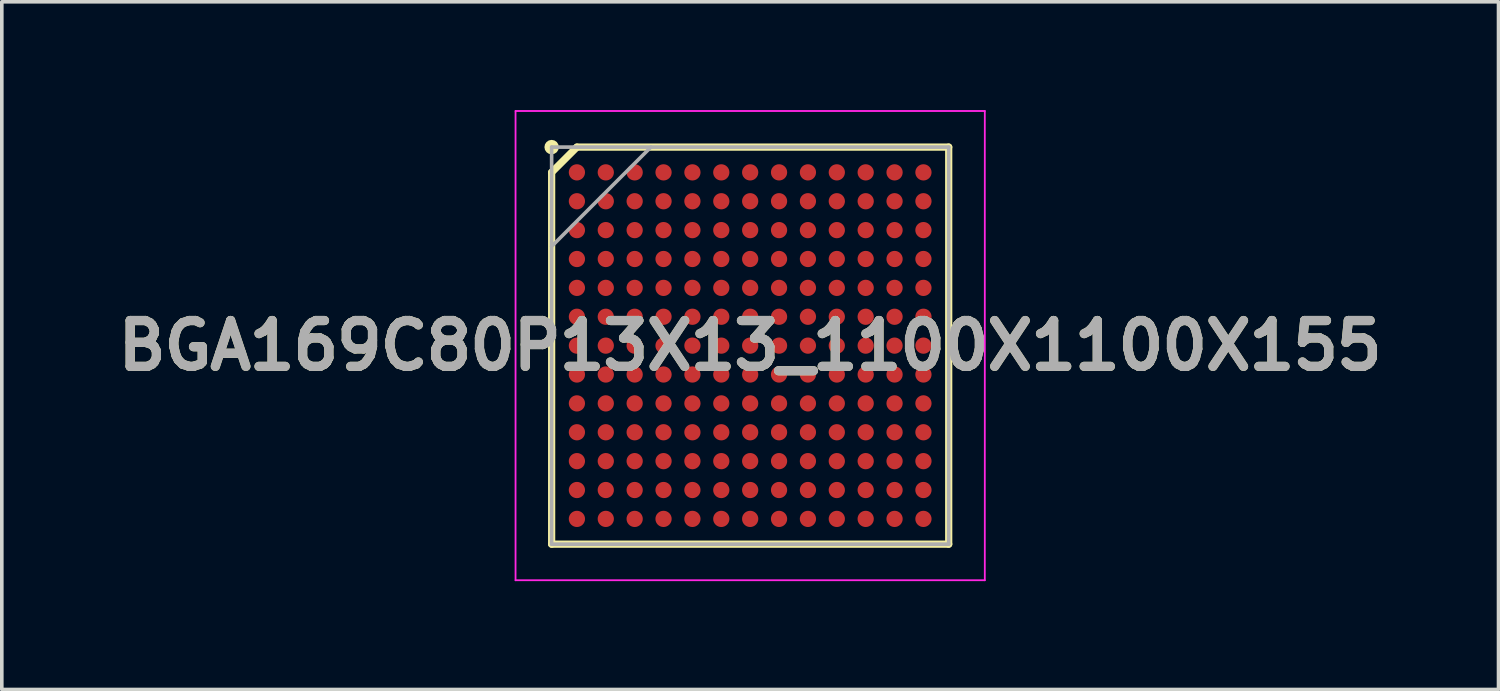
<source format=kicad_pcb>
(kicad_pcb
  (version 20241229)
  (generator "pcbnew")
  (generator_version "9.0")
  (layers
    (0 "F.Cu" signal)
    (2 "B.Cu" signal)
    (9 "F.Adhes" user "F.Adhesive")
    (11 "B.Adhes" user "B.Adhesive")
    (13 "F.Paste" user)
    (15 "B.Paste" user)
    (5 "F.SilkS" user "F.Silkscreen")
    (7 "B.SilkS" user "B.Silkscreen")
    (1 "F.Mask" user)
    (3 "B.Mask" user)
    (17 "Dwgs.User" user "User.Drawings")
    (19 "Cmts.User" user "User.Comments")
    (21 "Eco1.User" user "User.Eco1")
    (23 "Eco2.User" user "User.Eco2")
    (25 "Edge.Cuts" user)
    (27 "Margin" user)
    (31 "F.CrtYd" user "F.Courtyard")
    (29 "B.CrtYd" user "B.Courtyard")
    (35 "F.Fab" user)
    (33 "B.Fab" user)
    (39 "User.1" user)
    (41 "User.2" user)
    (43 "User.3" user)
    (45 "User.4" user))
  (footprint "BGA169C80P13X13_1100X1100X155"
    (layer "F.Cu")
    (at 17.732 6.525)
    (property "Reference" "BGA169C80P13X13_1100X1100X155" (at 0 0 0) (layer "F.SilkS") (effects (font (size 1.27 1.27) (thickness 0.254))))
    (attr smd)
    (fp_line (start -5.5 -4.8) (end -4.8 -5.5) (stroke (width 0.2) (type solid)) (layer "F.SilkS"))
    (fp_line (start -5.5 5.5) (end -5.5 -4.8) (stroke (width 0.2) (type solid)) (layer "F.SilkS"))
    (fp_line (start -4.8 -5.5) (end 5.5 -5.5) (stroke (width 0.2) (type solid)) (layer "F.SilkS"))
    (fp_line (start 5.5 -5.5) (end 5.5 5.5) (stroke (width 0.2) (type solid)) (layer "F.SilkS"))
    (fp_line (start 5.5 5.5) (end -5.5 5.5) (stroke (width 0.2) (type solid)) (layer "F.SilkS"))
    (fp_circle (center -5.5 -5.5) (end -5.5 -5.4) (stroke (width 0.2) (type solid)) (fill no) (layer "F.SilkS"))
    (fp_line (start -6.5 -6.5) (end 6.5 -6.5) (stroke (width 0.05) (type solid)) (layer "F.CrtYd"))
    (fp_line (start -6.5 6.5) (end -6.5 -6.5) (stroke (width 0.05) (type solid)) (layer "F.CrtYd"))
    (fp_line (start 6.5 -6.5) (end 6.5 6.5) (stroke (width 0.05) (type solid)) (layer "F.CrtYd"))
    (fp_line (start 6.5 6.5) (end -6.5 6.5) (stroke (width 0.05) (type solid)) (layer "F.CrtYd"))
    (fp_line (start -5.5 -5.5) (end 5.5 -5.5) (stroke (width 0.1) (type solid)) (layer "F.Fab"))
    (fp_line (start -5.5 -2.75) (end -2.75 -5.5) (stroke (width 0.1) (type solid)) (layer "F.Fab"))
    (fp_line (start -5.5 5.5) (end -5.5 -5.5) (stroke (width 0.1) (type solid)) (layer "F.Fab"))
    (fp_line (start 5.5 -5.5) (end 5.5 5.5) (stroke (width 0.1) (type solid)) (layer "F.Fab"))
    (fp_line (start 5.5 5.5) (end -5.5 5.5) (stroke (width 0.1) (type solid)) (layer "F.Fab"))
    (fp_text user "${REFERENCE}" (at 0 0 0) (layer "F.Fab") (effects (font (size 1.27 1.27) (thickness 0.254))))
    (pad "A1" smd circle (at -4.8 -4.8 90) (size 0.45 0.45) (layers "F.Cu" "F.Mask" "F.Paste"))
    (pad "A2" smd circle (at -4 -4.8 90) (size 0.45 0.45) (layers "F.Cu" "F.Mask" "F.Paste"))
    (pad "A3" smd circle (at -3.2 -4.8 90) (size 0.45 0.45) (layers "F.Cu" "F.Mask" "F.Paste"))
    (pad "A4" smd circle (at -2.4 -4.8 90) (size 0.45 0.45) (layers "F.Cu" "F.Mask" "F.Paste"))
    (pad "A5" smd circle (at -1.6 -4.8 90) (size 0.45 0.45) (layers "F.Cu" "F.Mask" "F.Paste"))
    (pad "A6" smd circle (at -0.8 -4.8 90) (size 0.45 0.45) (layers "F.Cu" "F.Mask" "F.Paste"))
    (pad "A7" smd circle (at 0 -4.8 90) (size 0.45 0.45) (layers "F.Cu" "F.Mask" "F.Paste"))
    (pad "A8" smd circle (at 0.8 -4.8 90) (size 0.45 0.45) (layers "F.Cu" "F.Mask" "F.Paste"))
    (pad "A9" smd circle (at 1.6 -4.8 90) (size 0.45 0.45) (layers "F.Cu" "F.Mask" "F.Paste"))
    (pad "A10" smd circle (at 2.4 -4.8 90) (size 0.45 0.45) (layers "F.Cu" "F.Mask" "F.Paste"))
    (pad "A11" smd circle (at 3.2 -4.8 90) (size 0.45 0.45) (layers "F.Cu" "F.Mask" "F.Paste"))
    (pad "A12" smd circle (at 4 -4.8 90) (size 0.45 0.45) (layers "F.Cu" "F.Mask" "F.Paste"))
    (pad "A13" smd circle (at 4.8 -4.8 90) (size 0.45 0.45) (layers "F.Cu" "F.Mask" "F.Paste"))
    (pad "B1" smd circle (at -4.8 -4 90) (size 0.45 0.45) (layers "F.Cu" "F.Mask" "F.Paste"))
    (pad "B2" smd circle (at -4 -4 90) (size 0.45 0.45) (layers "F.Cu" "F.Mask" "F.Paste"))
    (pad "B3" smd circle (at -3.2 -4 90) (size 0.45 0.45) (layers "F.Cu" "F.Mask" "F.Paste"))
    (pad "B4" smd circle (at -2.4 -4 90) (size 0.45 0.45) (layers "F.Cu" "F.Mask" "F.Paste"))
    (pad "B5" smd circle (at -1.6 -4 90) (size 0.45 0.45) (layers "F.Cu" "F.Mask" "F.Paste"))
    (pad "B6" smd circle (at -0.8 -4 90) (size 0.45 0.45) (layers "F.Cu" "F.Mask" "F.Paste"))
    (pad "B7" smd circle (at 0 -4 90) (size 0.45 0.45) (layers "F.Cu" "F.Mask" "F.Paste"))
    (pad "B8" smd circle (at 0.8 -4 90) (size 0.45 0.45) (layers "F.Cu" "F.Mask" "F.Paste"))
    (pad "B9" smd circle (at 1.6 -4 90) (size 0.45 0.45) (layers "F.Cu" "F.Mask" "F.Paste"))
    (pad "B10" smd circle (at 2.4 -4 90) (size 0.45 0.45) (layers "F.Cu" "F.Mask" "F.Paste"))
    (pad "B11" smd circle (at 3.2 -4 90) (size 0.45 0.45) (layers "F.Cu" "F.Mask" "F.Paste"))
    (pad "B12" smd circle (at 4 -4 90) (size 0.45 0.45) (layers "F.Cu" "F.Mask" "F.Paste"))
    (pad "B13" smd circle (at 4.8 -4 90) (size 0.45 0.45) (layers "F.Cu" "F.Mask" "F.Paste"))
    (pad "C1" smd circle (at -4.8 -3.2 90) (size 0.45 0.45) (layers "F.Cu" "F.Mask" "F.Paste"))
    (pad "C2" smd circle (at -4 -3.2 90) (size 0.45 0.45) (layers "F.Cu" "F.Mask" "F.Paste"))
    (pad "C3" smd circle (at -3.2 -3.2 90) (size 0.45 0.45) (layers "F.Cu" "F.Mask" "F.Paste"))
    (pad "C4" smd circle (at -2.4 -3.2 90) (size 0.45 0.45) (layers "F.Cu" "F.Mask" "F.Paste"))
    (pad "C5" smd circle (at -1.6 -3.2 90) (size 0.45 0.45) (layers "F.Cu" "F.Mask" "F.Paste"))
    (pad "C6" smd circle (at -0.8 -3.2 90) (size 0.45 0.45) (layers "F.Cu" "F.Mask" "F.Paste"))
    (pad "C7" smd circle (at 0 -3.2 90) (size 0.45 0.45) (layers "F.Cu" "F.Mask" "F.Paste"))
    (pad "C8" smd circle (at 0.8 -3.2 90) (size 0.45 0.45) (layers "F.Cu" "F.Mask" "F.Paste"))
    (pad "C9" smd circle (at 1.6 -3.2 90) (size 0.45 0.45) (layers "F.Cu" "F.Mask" "F.Paste"))
    (pad "C10" smd circle (at 2.4 -3.2 90) (size 0.45 0.45) (layers "F.Cu" "F.Mask" "F.Paste"))
    (pad "C11" smd circle (at 3.2 -3.2 90) (size 0.45 0.45) (layers "F.Cu" "F.Mask" "F.Paste"))
    (pad "C12" smd circle (at 4 -3.2 90) (size 0.45 0.45) (layers "F.Cu" "F.Mask" "F.Paste"))
    (pad "C13" smd circle (at 4.8 -3.2 90) (size 0.45 0.45) (layers "F.Cu" "F.Mask" "F.Paste"))
    (pad "D1" smd circle (at -4.8 -2.4 90) (size 0.45 0.45) (layers "F.Cu" "F.Mask" "F.Paste"))
    (pad "D2" smd circle (at -4 -2.4 90) (size 0.45 0.45) (layers "F.Cu" "F.Mask" "F.Paste"))
    (pad "D3" smd circle (at -3.2 -2.4 90) (size 0.45 0.45) (layers "F.Cu" "F.Mask" "F.Paste"))
    (pad "D4" smd circle (at -2.4 -2.4 90) (size 0.45 0.45) (layers "F.Cu" "F.Mask" "F.Paste"))
    (pad "D5" smd circle (at -1.6 -2.4 90) (size 0.45 0.45) (layers "F.Cu" "F.Mask" "F.Paste"))
    (pad "D6" smd circle (at -0.8 -2.4 90) (size 0.45 0.45) (layers "F.Cu" "F.Mask" "F.Paste"))
    (pad "D7" smd circle (at 0 -2.4 90) (size 0.45 0.45) (layers "F.Cu" "F.Mask" "F.Paste"))
    (pad "D8" smd circle (at 0.8 -2.4 90) (size 0.45 0.45) (layers "F.Cu" "F.Mask" "F.Paste"))
    (pad "D9" smd circle (at 1.6 -2.4 90) (size 0.45 0.45) (layers "F.Cu" "F.Mask" "F.Paste"))
    (pad "D10" smd circle (at 2.4 -2.4 90) (size 0.45 0.45) (layers "F.Cu" "F.Mask" "F.Paste"))
    (pad "D11" smd circle (at 3.2 -2.4 90) (size 0.45 0.45) (layers "F.Cu" "F.Mask" "F.Paste"))
    (pad "D12" smd circle (at 4 -2.4 90) (size 0.45 0.45) (layers "F.Cu" "F.Mask" "F.Paste"))
    (pad "D13" smd circle (at 4.8 -2.4 90) (size 0.45 0.45) (layers "F.Cu" "F.Mask" "F.Paste"))
    (pad "E1" smd circle (at -4.8 -1.6 90) (size 0.45 0.45) (layers "F.Cu" "F.Mask" "F.Paste"))
    (pad "E2" smd circle (at -4 -1.6 90) (size 0.45 0.45) (layers "F.Cu" "F.Mask" "F.Paste"))
    (pad "E3" smd circle (at -3.2 -1.6 90) (size 0.45 0.45) (layers "F.Cu" "F.Mask" "F.Paste"))
    (pad "E4" smd circle (at -2.4 -1.6 90) (size 0.45 0.45) (layers "F.Cu" "F.Mask" "F.Paste"))
    (pad "E5" smd circle (at -1.6 -1.6 90) (size 0.45 0.45) (layers "F.Cu" "F.Mask" "F.Paste"))
    (pad "E6" smd circle (at -0.8 -1.6 90) (size 0.45 0.45) (layers "F.Cu" "F.Mask" "F.Paste"))
    (pad "E7" smd circle (at 0 -1.6 90) (size 0.45 0.45) (layers "F.Cu" "F.Mask" "F.Paste"))
    (pad "E8" smd circle (at 0.8 -1.6 90) (size 0.45 0.45) (layers "F.Cu" "F.Mask" "F.Paste"))
    (pad "E9" smd circle (at 1.6 -1.6 90) (size 0.45 0.45) (layers "F.Cu" "F.Mask" "F.Paste"))
    (pad "E10" smd circle (at 2.4 -1.6 90) (size 0.45 0.45) (layers "F.Cu" "F.Mask" "F.Paste"))
    (pad "E11" smd circle (at 3.2 -1.6 90) (size 0.45 0.45) (layers "F.Cu" "F.Mask" "F.Paste"))
    (pad "E12" smd circle (at 4 -1.6 90) (size 0.45 0.45) (layers "F.Cu" "F.Mask" "F.Paste"))
    (pad "E13" smd circle (at 4.8 -1.6 90) (size 0.45 0.45) (layers "F.Cu" "F.Mask" "F.Paste"))
    (pad "F1" smd circle (at -4.8 -0.8 90) (size 0.45 0.45) (layers "F.Cu" "F.Mask" "F.Paste"))
    (pad "F2" smd circle (at -4 -0.8 90) (size 0.45 0.45) (layers "F.Cu" "F.Mask" "F.Paste"))
    (pad "F3" smd circle (at -3.2 -0.8 90) (size 0.45 0.45) (layers "F.Cu" "F.Mask" "F.Paste"))
    (pad "F4" smd circle (at -2.4 -0.8 90) (size 0.45 0.45) (layers "F.Cu" "F.Mask" "F.Paste"))
    (pad "F5" smd circle (at -1.6 -0.8 90) (size 0.45 0.45) (layers "F.Cu" "F.Mask" "F.Paste"))
    (pad "F6" smd circle (at -0.8 -0.8 90) (size 0.45 0.45) (layers "F.Cu" "F.Mask" "F.Paste"))
    (pad "F7" smd circle (at 0 -0.8 90) (size 0.45 0.45) (layers "F.Cu" "F.Mask" "F.Paste"))
    (pad "F8" smd circle (at 0.8 -0.8 90) (size 0.45 0.45) (layers "F.Cu" "F.Mask" "F.Paste"))
    (pad "F9" smd circle (at 1.6 -0.8 90) (size 0.45 0.45) (layers "F.Cu" "F.Mask" "F.Paste"))
    (pad "F10" smd circle (at 2.4 -0.8 90) (size 0.45 0.45) (layers "F.Cu" "F.Mask" "F.Paste"))
    (pad "F11" smd circle (at 3.2 -0.8 90) (size 0.45 0.45) (layers "F.Cu" "F.Mask" "F.Paste"))
    (pad "F12" smd circle (at 4 -0.8 90) (size 0.45 0.45) (layers "F.Cu" "F.Mask" "F.Paste"))
    (pad "F13" smd circle (at 4.8 -0.8 90) (size 0.45 0.45) (layers "F.Cu" "F.Mask" "F.Paste"))
    (pad "G1" smd circle (at -4.8 0 90) (size 0.45 0.45) (layers "F.Cu" "F.Mask" "F.Paste"))
    (pad "G2" smd circle (at -4 0 90) (size 0.45 0.45) (layers "F.Cu" "F.Mask" "F.Paste"))
    (pad "G3" smd circle (at -3.2 0 90) (size 0.45 0.45) (layers "F.Cu" "F.Mask" "F.Paste"))
    (pad "G4" smd circle (at -2.4 0 90) (size 0.45 0.45) (layers "F.Cu" "F.Mask" "F.Paste"))
    (pad "G5" smd circle (at -1.6 0 90) (size 0.45 0.45) (layers "F.Cu" "F.Mask" "F.Paste"))
    (pad "G6" smd circle (at -0.8 0 90) (size 0.45 0.45) (layers "F.Cu" "F.Mask" "F.Paste"))
    (pad "G7" smd circle (at 0 0 90) (size 0.45 0.45) (layers "F.Cu" "F.Mask" "F.Paste"))
    (pad "G8" smd circle (at 0.8 0 90) (size 0.45 0.45) (layers "F.Cu" "F.Mask" "F.Paste"))
    (pad "G9" smd circle (at 1.6 0 90) (size 0.45 0.45) (layers "F.Cu" "F.Mask" "F.Paste"))
    (pad "G10" smd circle (at 2.4 0 90) (size 0.45 0.45) (layers "F.Cu" "F.Mask" "F.Paste"))
    (pad "G11" smd circle (at 3.2 0 90) (size 0.45 0.45) (layers "F.Cu" "F.Mask" "F.Paste"))
    (pad "G12" smd circle (at 4 0 90) (size 0.45 0.45) (layers "F.Cu" "F.Mask" "F.Paste"))
    (pad "G13" smd circle (at 4.8 0 90) (size 0.45 0.45) (layers "F.Cu" "F.Mask" "F.Paste"))
    (pad "H1" smd circle (at -4.8 0.8 90) (size 0.45 0.45) (layers "F.Cu" "F.Mask" "F.Paste"))
    (pad "H2" smd circle (at -4 0.8 90) (size 0.45 0.45) (layers "F.Cu" "F.Mask" "F.Paste"))
    (pad "H3" smd circle (at -3.2 0.8 90) (size 0.45 0.45) (layers "F.Cu" "F.Mask" "F.Paste"))
    (pad "H4" smd circle (at -2.4 0.8 90) (size 0.45 0.45) (layers "F.Cu" "F.Mask" "F.Paste"))
    (pad "H5" smd circle (at -1.6 0.8 90) (size 0.45 0.45) (layers "F.Cu" "F.Mask" "F.Paste"))
    (pad "H6" smd circle (at -0.8 0.8 90) (size 0.45 0.45) (layers "F.Cu" "F.Mask" "F.Paste"))
    (pad "H7" smd circle (at 0 0.8 90) (size 0.45 0.45) (layers "F.Cu" "F.Mask" "F.Paste"))
    (pad "H8" smd circle (at 0.8 0.8 90) (size 0.45 0.45) (layers "F.Cu" "F.Mask" "F.Paste"))
    (pad "H9" smd circle (at 1.6 0.8 90) (size 0.45 0.45) (layers "F.Cu" "F.Mask" "F.Paste"))
    (pad "H10" smd circle (at 2.4 0.8 90) (size 0.45 0.45) (layers "F.Cu" "F.Mask" "F.Paste"))
    (pad "H11" smd circle (at 3.2 0.8 90) (size 0.45 0.45) (layers "F.Cu" "F.Mask" "F.Paste"))
    (pad "H12" smd circle (at 4 0.8 90) (size 0.45 0.45) (layers "F.Cu" "F.Mask" "F.Paste"))
    (pad "H13" smd circle (at 4.8 0.8 90) (size 0.45 0.45) (layers "F.Cu" "F.Mask" "F.Paste"))
    (pad "J1" smd circle (at -4.8 1.6 90) (size 0.45 0.45) (layers "F.Cu" "F.Mask" "F.Paste"))
    (pad "J2" smd circle (at -4 1.6 90) (size 0.45 0.45) (layers "F.Cu" "F.Mask" "F.Paste"))
    (pad "J3" smd circle (at -3.2 1.6 90) (size 0.45 0.45) (layers "F.Cu" "F.Mask" "F.Paste"))
    (pad "J4" smd circle (at -2.4 1.6 90) (size 0.45 0.45) (layers "F.Cu" "F.Mask" "F.Paste"))
    (pad "J5" smd circle (at -1.6 1.6 90) (size 0.45 0.45) (layers "F.Cu" "F.Mask" "F.Paste"))
    (pad "J6" smd circle (at -0.8 1.6 90) (size 0.45 0.45) (layers "F.Cu" "F.Mask" "F.Paste"))
    (pad "J7" smd circle (at 0 1.6 90) (size 0.45 0.45) (layers "F.Cu" "F.Mask" "F.Paste"))
    (pad "J8" smd circle (at 0.8 1.6 90) (size 0.45 0.45) (layers "F.Cu" "F.Mask" "F.Paste"))
    (pad "J9" smd circle (at 1.6 1.6 90) (size 0.45 0.45) (layers "F.Cu" "F.Mask" "F.Paste"))
    (pad "J10" smd circle (at 2.4 1.6 90) (size 0.45 0.45) (layers "F.Cu" "F.Mask" "F.Paste"))
    (pad "J11" smd circle (at 3.2 1.6 90) (size 0.45 0.45) (layers "F.Cu" "F.Mask" "F.Paste"))
    (pad "J12" smd circle (at 4 1.6 90) (size 0.45 0.45) (layers "F.Cu" "F.Mask" "F.Paste"))
    (pad "J13" smd circle (at 4.8 1.6 90) (size 0.45 0.45) (layers "F.Cu" "F.Mask" "F.Paste"))
    (pad "K1" smd circle (at -4.8 2.4 90) (size 0.45 0.45) (layers "F.Cu" "F.Mask" "F.Paste"))
    (pad "K2" smd circle (at -4 2.4 90) (size 0.45 0.45) (layers "F.Cu" "F.Mask" "F.Paste"))
    (pad "K3" smd circle (at -3.2 2.4 90) (size 0.45 0.45) (layers "F.Cu" "F.Mask" "F.Paste"))
    (pad "K4" smd circle (at -2.4 2.4 90) (size 0.45 0.45) (layers "F.Cu" "F.Mask" "F.Paste"))
    (pad "K5" smd circle (at -1.6 2.4 90) (size 0.45 0.45) (layers "F.Cu" "F.Mask" "F.Paste"))
    (pad "K6" smd circle (at -0.8 2.4 90) (size 0.45 0.45) (layers "F.Cu" "F.Mask" "F.Paste"))
    (pad "K7" smd circle (at 0 2.4 90) (size 0.45 0.45) (layers "F.Cu" "F.Mask" "F.Paste"))
    (pad "K8" smd circle (at 0.8 2.4 90) (size 0.45 0.45) (layers "F.Cu" "F.Mask" "F.Paste"))
    (pad "K9" smd circle (at 1.6 2.4 90) (size 0.45 0.45) (layers "F.Cu" "F.Mask" "F.Paste"))
    (pad "K10" smd circle (at 2.4 2.4 90) (size 0.45 0.45) (layers "F.Cu" "F.Mask" "F.Paste"))
    (pad "K11" smd circle (at 3.2 2.4 90) (size 0.45 0.45) (layers "F.Cu" "F.Mask" "F.Paste"))
    (pad "K12" smd circle (at 4 2.4 90) (size 0.45 0.45) (layers "F.Cu" "F.Mask" "F.Paste"))
    (pad "K13" smd circle (at 4.8 2.4 90) (size 0.45 0.45) (layers "F.Cu" "F.Mask" "F.Paste"))
    (pad "L1" smd circle (at -4.8 3.2 90) (size 0.45 0.45) (layers "F.Cu" "F.Mask" "F.Paste"))
    (pad "L2" smd circle (at -4 3.2 90) (size 0.45 0.45) (layers "F.Cu" "F.Mask" "F.Paste"))
    (pad "L3" smd circle (at -3.2 3.2 90) (size 0.45 0.45) (layers "F.Cu" "F.Mask" "F.Paste"))
    (pad "L4" smd circle (at -2.4 3.2 90) (size 0.45 0.45) (layers "F.Cu" "F.Mask" "F.Paste"))
    (pad "L5" smd circle (at -1.6 3.2 90) (size 0.45 0.45) (layers "F.Cu" "F.Mask" "F.Paste"))
    (pad "L6" smd circle (at -0.8 3.2 90) (size 0.45 0.45) (layers "F.Cu" "F.Mask" "F.Paste"))
    (pad "L7" smd circle (at 0 3.2 90) (size 0.45 0.45) (layers "F.Cu" "F.Mask" "F.Paste"))
    (pad "L8" smd circle (at 0.8 3.2 90) (size 0.45 0.45) (layers "F.Cu" "F.Mask" "F.Paste"))
    (pad "L9" smd circle (at 1.6 3.2 90) (size 0.45 0.45) (layers "F.Cu" "F.Mask" "F.Paste"))
    (pad "L10" smd circle (at 2.4 3.2 90) (size 0.45 0.45) (layers "F.Cu" "F.Mask" "F.Paste"))
    (pad "L11" smd circle (at 3.2 3.2 90) (size 0.45 0.45) (layers "F.Cu" "F.Mask" "F.Paste"))
    (pad "L12" smd circle (at 4 3.2 90) (size 0.45 0.45) (layers "F.Cu" "F.Mask" "F.Paste"))
    (pad "L13" smd circle (at 4.8 3.2 90) (size 0.45 0.45) (layers "F.Cu" "F.Mask" "F.Paste"))
    (pad "M1" smd circle (at -4.8 4 90) (size 0.45 0.45) (layers "F.Cu" "F.Mask" "F.Paste"))
    (pad "M2" smd circle (at -4 4 90) (size 0.45 0.45) (layers "F.Cu" "F.Mask" "F.Paste"))
    (pad "M3" smd circle (at -3.2 4 90) (size 0.45 0.45) (layers "F.Cu" "F.Mask" "F.Paste"))
    (pad "M4" smd circle (at -2.4 4 90) (size 0.45 0.45) (layers "F.Cu" "F.Mask" "F.Paste"))
    (pad "M5" smd circle (at -1.6 4 90) (size 0.45 0.45) (layers "F.Cu" "F.Mask" "F.Paste"))
    (pad "M6" smd circle (at -0.8 4 90) (size 0.45 0.45) (layers "F.Cu" "F.Mask" "F.Paste"))
    (pad "M7" smd circle (at 0 4 90) (size 0.45 0.45) (layers "F.Cu" "F.Mask" "F.Paste"))
    (pad "M8" smd circle (at 0.8 4 90) (size 0.45 0.45) (layers "F.Cu" "F.Mask" "F.Paste"))
    (pad "M9" smd circle (at 1.6 4 90) (size 0.45 0.45) (layers "F.Cu" "F.Mask" "F.Paste"))
    (pad "M10" smd circle (at 2.4 4 90) (size 0.45 0.45) (layers "F.Cu" "F.Mask" "F.Paste"))
    (pad "M11" smd circle (at 3.2 4 90) (size 0.45 0.45) (layers "F.Cu" "F.Mask" "F.Paste"))
    (pad "M12" smd circle (at 4 4 90) (size 0.45 0.45) (layers "F.Cu" "F.Mask" "F.Paste"))
    (pad "M13" smd circle (at 4.8 4 90) (size 0.45 0.45) (layers "F.Cu" "F.Mask" "F.Paste"))
    (pad "N1" smd circle (at -4.8 4.8 90) (size 0.45 0.45) (layers "F.Cu" "F.Mask" "F.Paste"))
    (pad "N2" smd circle (at -4 4.8 90) (size 0.45 0.45) (layers "F.Cu" "F.Mask" "F.Paste"))
    (pad "N3" smd circle (at -3.2 4.8 90) (size 0.45 0.45) (layers "F.Cu" "F.Mask" "F.Paste"))
    (pad "N4" smd circle (at -2.4 4.8 90) (size 0.45 0.45) (layers "F.Cu" "F.Mask" "F.Paste"))
    (pad "N5" smd circle (at -1.6 4.8 90) (size 0.45 0.45) (layers "F.Cu" "F.Mask" "F.Paste"))
    (pad "N6" smd circle (at -0.8 4.8 90) (size 0.45 0.45) (layers "F.Cu" "F.Mask" "F.Paste"))
    (pad "N7" smd circle (at 0 4.8 90) (size 0.45 0.45) (layers "F.Cu" "F.Mask" "F.Paste"))
    (pad "N8" smd circle (at 0.8 4.8 90) (size 0.45 0.45) (layers "F.Cu" "F.Mask" "F.Paste"))
    (pad "N9" smd circle (at 1.6 4.8 90) (size 0.45 0.45) (layers "F.Cu" "F.Mask" "F.Paste"))
    (pad "N10" smd circle (at 2.4 4.8 90) (size 0.45 0.45) (layers "F.Cu" "F.Mask" "F.Paste"))
    (pad "N11" smd circle (at 3.2 4.8 90) (size 0.45 0.45) (layers "F.Cu" "F.Mask" "F.Paste"))
    (pad "N12" smd circle (at 4 4.8 90) (size 0.45 0.45) (layers "F.Cu" "F.Mask" "F.Paste"))
    (pad "N13" smd circle (at 4.8 4.8 90) (size 0.45 0.45) (layers "F.Cu" "F.Mask" "F.Paste")))
  (gr_rect
    (start -3 -3)
    (end 38.463 16.05)
    (stroke (width 0.1) (type default))
    (fill no)
    (layer "Edge.Cuts")))
</source>
